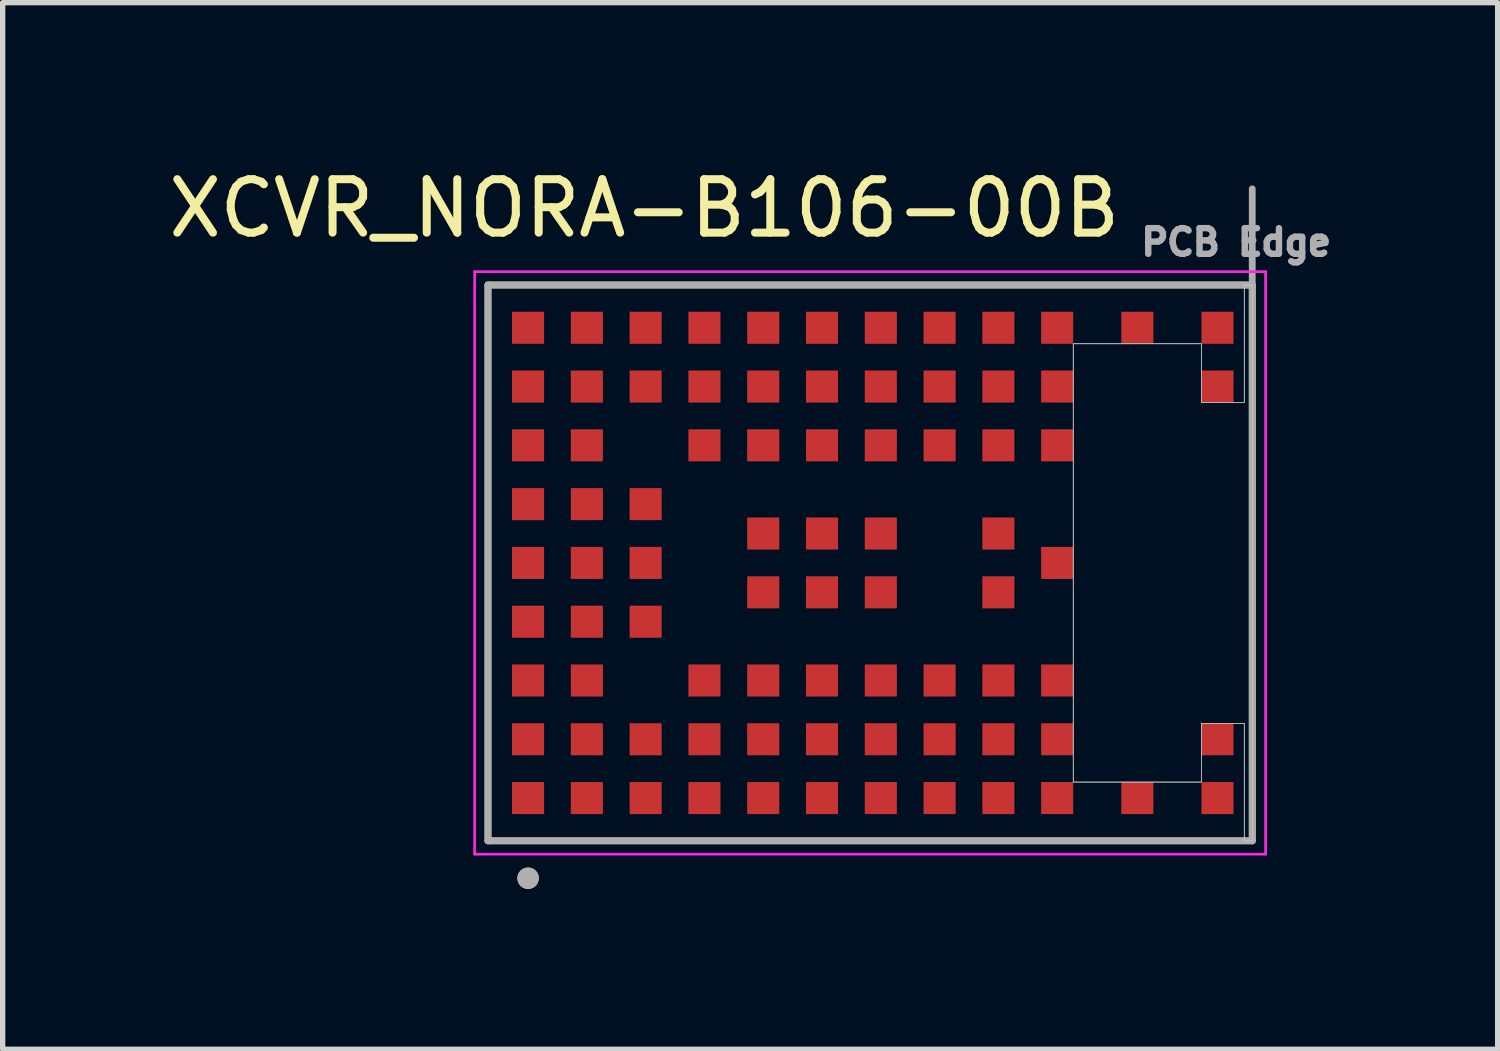
<source format=kicad_pcb>
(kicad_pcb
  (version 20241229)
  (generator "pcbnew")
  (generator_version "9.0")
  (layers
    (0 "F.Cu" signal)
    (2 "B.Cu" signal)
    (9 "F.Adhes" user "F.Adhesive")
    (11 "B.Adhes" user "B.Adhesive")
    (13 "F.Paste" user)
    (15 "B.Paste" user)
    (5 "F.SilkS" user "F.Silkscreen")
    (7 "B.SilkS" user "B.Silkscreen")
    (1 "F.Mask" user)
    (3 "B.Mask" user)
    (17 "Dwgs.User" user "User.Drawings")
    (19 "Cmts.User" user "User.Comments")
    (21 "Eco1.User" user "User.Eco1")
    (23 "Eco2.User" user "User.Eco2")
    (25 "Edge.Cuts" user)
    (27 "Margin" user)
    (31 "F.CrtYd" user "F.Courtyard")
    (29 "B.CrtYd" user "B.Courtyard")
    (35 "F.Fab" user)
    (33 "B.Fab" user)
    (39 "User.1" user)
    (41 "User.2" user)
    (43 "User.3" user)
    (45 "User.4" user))
  (footprint "XCVR_NORA-B106-00B"
    (layer "F.Cu")
    (at 12.331 7.483)
    (property "Reference" "XCVR_NORA-B106-00B" (at -3.325 -6.635 0) (layer "F.SilkS") (effects (font (size 1 1) (thickness 0.15))))
    (attr smd)
    (fp_line (start -6.25 -5.2) (end 8.05 -5.2) (stroke (width 0.127) (type solid)) (layer "F.SilkS"))
    (fp_line (start -6.25 5.2) (end -6.25 -5.2) (stroke (width 0.127) (type solid)) (layer "F.SilkS"))
    (fp_line (start 8.05 -5.2) (end 8.05 5.2) (stroke (width 0.127) (type solid)) (layer "F.SilkS"))
    (fp_line (start 8.05 5.2) (end -6.25 5.2) (stroke (width 0.127) (type solid)) (layer "F.SilkS"))
    (fp_circle (center -5.5 5.9) (end -5.4 5.9) (stroke (width 0.2) (type solid)) (fill no) (layer "F.SilkS"))
    (fp_poly (pts (xy 4.7 -4.1) (xy 4.7 4.1) (xy 7.1 4.1) (xy 7.1 3) (xy 7.9 3) (xy 7.9 5.2) (xy 8.05 5.2) (xy 8.05 -5.2) (xy 7.9 -5.2) (xy 7.9 -3) (xy 7.1 -3) (xy 7.1 -4.1)) (stroke (width 0.01) (type solid)) (fill no) (layer "Dwgs.User"))
    (fp_poly (pts (xy 4.7 -4.1) (xy 4.7 4.1) (xy 7.1 4.1) (xy 7.1 3) (xy 7.9 3) (xy 7.9 5.2) (xy 8.05 5.2) (xy 8.05 -5.2) (xy 7.9 -5.2) (xy 7.9 -3) (xy 7.1 -3) (xy 7.1 -4.1)) (stroke (width 0.01) (type solid)) (fill no) (layer "Dwgs.User"))
    (fp_poly (pts (xy 4.7 -4.1) (xy 4.7 4.1) (xy 7.1 4.1) (xy 7.1 3) (xy 7.9 3) (xy 7.9 5.2) (xy 8.05 5.2) (xy 8.05 -5.2) (xy 7.9 -5.2) (xy 7.9 -3) (xy 7.1 -3) (xy 7.1 -4.1)) (stroke (width 0.01) (type solid)) (fill no) (layer "Dwgs.User"))
    (fp_line (start -6.5 -5.45) (end -6.5 5.45) (stroke (width 0.05) (type solid)) (layer "F.CrtYd"))
    (fp_line (start -6.5 5.45) (end 8.3 5.45) (stroke (width 0.05) (type solid)) (layer "F.CrtYd"))
    (fp_line (start 8.3 -5.45) (end -6.5 -5.45) (stroke (width 0.05) (type solid)) (layer "F.CrtYd"))
    (fp_line (start 8.3 5.45) (end 8.3 -5.45) (stroke (width 0.05) (type solid)) (layer "F.CrtYd"))
    (fp_line (start -6.25 -5.2) (end 8.05 -5.2) (stroke (width 0.127) (type solid)) (layer "F.Fab"))
    (fp_line (start -6.25 5.2) (end -6.25 -5.2) (stroke (width 0.127) (type solid)) (layer "F.Fab"))
    (fp_line (start 8.05 -7) (end 8.05 -5.2) (stroke (width 0.127) (type solid)) (layer "F.Fab"))
    (fp_line (start 8.05 -5.2) (end 8.05 5.2) (stroke (width 0.127) (type solid)) (layer "F.Fab"))
    (fp_line (start 8.05 5.2) (end -6.25 5.2) (stroke (width 0.127) (type solid)) (layer "F.Fab"))
    (fp_circle (center -5.5 5.9) (end -5.4 5.9) (stroke (width 0.2) (type solid)) (fill no) (layer "F.Fab"))
    (fp_text user "PCB Edge" (at 7.75 -6 0) (layer "F.Fab") (effects (font (size 0.48 0.48) (thickness 0.15))))
    (pad "A1" smd rect (at -5.5 4.4) (size 0.6 0.6) (layers "F.Cu" "F.Mask" "F.Paste"))
    (pad "A2" smd rect (at -5.5 3.3) (size 0.6 0.6) (layers "F.Cu" "F.Mask" "F.Paste"))
    (pad "A3" smd rect (at -5.5 2.2) (size 0.6 0.6) (layers "F.Cu" "F.Mask" "F.Paste"))
    (pad "A4" smd rect (at -5.5 1.1) (size 0.6 0.6) (layers "F.Cu" "F.Mask" "F.Paste"))
    (pad "A5" smd rect (at -5.5 0) (size 0.6 0.6) (layers "F.Cu" "F.Mask" "F.Paste"))
    (pad "A6" smd rect (at -5.5 -1.1) (size 0.6 0.6) (layers "F.Cu" "F.Mask" "F.Paste"))
    (pad "A7" smd rect (at -5.5 -2.2) (size 0.6 0.6) (layers "F.Cu" "F.Mask" "F.Paste"))
    (pad "A8" smd rect (at -5.5 -3.3) (size 0.6 0.6) (layers "F.Cu" "F.Mask" "F.Paste"))
    (pad "A9" smd rect (at -5.5 -4.4) (size 0.6 0.6) (layers "F.Cu" "F.Mask" "F.Paste"))
    (pad "B1" smd rect (at -4.4 4.4) (size 0.6 0.6) (layers "F.Cu" "F.Mask" "F.Paste"))
    (pad "B2" smd rect (at -4.4 3.3) (size 0.6 0.6) (layers "F.Cu" "F.Mask" "F.Paste"))
    (pad "B3" smd rect (at -4.4 2.2) (size 0.6 0.6) (layers "F.Cu" "F.Mask" "F.Paste"))
    (pad "B4" smd rect (at -4.4 1.1) (size 0.6 0.6) (layers "F.Cu" "F.Mask" "F.Paste"))
    (pad "B5" smd rect (at -4.4 0) (size 0.6 0.6) (layers "F.Cu" "F.Mask" "F.Paste"))
    (pad "B6" smd rect (at -4.4 -1.1) (size 0.6 0.6) (layers "F.Cu" "F.Mask" "F.Paste"))
    (pad "B7" smd rect (at -4.4 -2.2) (size 0.6 0.6) (layers "F.Cu" "F.Mask" "F.Paste"))
    (pad "B8" smd rect (at -4.4 -3.3) (size 0.6 0.6) (layers "F.Cu" "F.Mask" "F.Paste"))
    (pad "B9" smd rect (at -4.4 -4.4) (size 0.6 0.6) (layers "F.Cu" "F.Mask" "F.Paste"))
    (pad "C1" smd rect (at -3.3 4.4) (size 0.6 0.6) (layers "F.Cu" "F.Mask" "F.Paste"))
    (pad "C2" smd rect (at -3.3 3.3) (size 0.6 0.6) (layers "F.Cu" "F.Mask" "F.Paste"))
    (pad "C4" smd rect (at -3.3 1.1) (size 0.6 0.6) (layers "F.Cu" "F.Mask" "F.Paste"))
    (pad "C5" smd rect (at -3.3 0) (size 0.6 0.6) (layers "F.Cu" "F.Mask" "F.Paste"))
    (pad "C6" smd rect (at -3.3 -1.1) (size 0.6 0.6) (layers "F.Cu" "F.Mask" "F.Paste"))
    (pad "C8" smd rect (at -3.3 -3.3) (size 0.6 0.6) (layers "F.Cu" "F.Mask" "F.Paste"))
    (pad "C9" smd rect (at -3.3 -4.4) (size 0.6 0.6) (layers "F.Cu" "F.Mask" "F.Paste"))
    (pad "D1" smd rect (at -2.2 4.4) (size 0.6 0.6) (layers "F.Cu" "F.Mask" "F.Paste"))
    (pad "D2" smd rect (at -2.2 3.3) (size 0.6 0.6) (layers "F.Cu" "F.Mask" "F.Paste"))
    (pad "D3" smd rect (at -2.2 2.2) (size 0.6 0.6) (layers "F.Cu" "F.Mask" "F.Paste"))
    (pad "D7" smd rect (at -2.2 -2.2) (size 0.6 0.6) (layers "F.Cu" "F.Mask" "F.Paste"))
    (pad "D8" smd rect (at -2.2 -3.3) (size 0.6 0.6) (layers "F.Cu" "F.Mask" "F.Paste"))
    (pad "D9" smd rect (at -2.2 -4.4) (size 0.6 0.6) (layers "F.Cu" "F.Mask" "F.Paste"))
    (pad "E1" smd rect (at -1.1 4.4) (size 0.6 0.6) (layers "F.Cu" "F.Mask" "F.Paste"))
    (pad "E2" smd rect (at -1.1 3.3) (size 0.6 0.6) (layers "F.Cu" "F.Mask" "F.Paste"))
    (pad "E3" smd rect (at -1.1 2.2) (size 0.6 0.6) (layers "F.Cu" "F.Mask" "F.Paste"))
    (pad "E4" smd rect (at -1.1 0.55) (size 0.6 0.6) (layers "F.Cu" "F.Mask" "F.Paste"))
    (pad "E5" smd rect (at -1.1 -0.55) (size 0.6 0.6) (layers "F.Cu" "F.Mask" "F.Paste"))
    (pad "E7" smd rect (at -1.1 -2.2) (size 0.6 0.6) (layers "F.Cu" "F.Mask" "F.Paste"))
    (pad "E8" smd rect (at -1.1 -3.3) (size 0.6 0.6) (layers "F.Cu" "F.Mask" "F.Paste"))
    (pad "E9" smd rect (at -1.1 -4.4) (size 0.6 0.6) (layers "F.Cu" "F.Mask" "F.Paste"))
    (pad "F1" smd rect (at 0 4.4) (size 0.6 0.6) (layers "F.Cu" "F.Mask" "F.Paste"))
    (pad "F2" smd rect (at 0 3.3) (size 0.6 0.6) (layers "F.Cu" "F.Mask" "F.Paste"))
    (pad "F3" smd rect (at 0 2.2) (size 0.6 0.6) (layers "F.Cu" "F.Mask" "F.Paste"))
    (pad "F4" smd rect (at 0 0.55) (size 0.6 0.6) (layers "F.Cu" "F.Mask" "F.Paste"))
    (pad "F5" smd rect (at 0 -0.55) (size 0.6 0.6) (layers "F.Cu" "F.Mask" "F.Paste"))
    (pad "F7" smd rect (at 0 -2.2) (size 0.6 0.6) (layers "F.Cu" "F.Mask" "F.Paste"))
    (pad "F8" smd rect (at 0 -3.3) (size 0.6 0.6) (layers "F.Cu" "F.Mask" "F.Paste"))
    (pad "F9" smd rect (at 0 -4.4) (size 0.6 0.6) (layers "F.Cu" "F.Mask" "F.Paste"))
    (pad "G1" smd rect (at 1.1 4.4) (size 0.6 0.6) (layers "F.Cu" "F.Mask" "F.Paste"))
    (pad "G2" smd rect (at 1.1 3.3) (size 0.6 0.6) (layers "F.Cu" "F.Mask" "F.Paste"))
    (pad "G3" smd rect (at 1.1 2.2) (size 0.6 0.6) (layers "F.Cu" "F.Mask" "F.Paste"))
    (pad "G4" smd rect (at 1.1 0.55) (size 0.6 0.6) (layers "F.Cu" "F.Mask" "F.Paste"))
    (pad "G5" smd rect (at 1.1 -0.55) (size 0.6 0.6) (layers "F.Cu" "F.Mask" "F.Paste"))
    (pad "G7" smd rect (at 1.1 -2.2) (size 0.6 0.6) (layers "F.Cu" "F.Mask" "F.Paste"))
    (pad "G8" smd rect (at 1.1 -3.3) (size 0.6 0.6) (layers "F.Cu" "F.Mask" "F.Paste"))
    (pad "G9" smd rect (at 1.1 -4.4) (size 0.6 0.6) (layers "F.Cu" "F.Mask" "F.Paste"))
    (pad "H1" smd rect (at 2.2 4.4) (size 0.6 0.6) (layers "F.Cu" "F.Mask" "F.Paste"))
    (pad "H2" smd rect (at 2.2 3.3) (size 0.6 0.6) (layers "F.Cu" "F.Mask" "F.Paste"))
    (pad "H3" smd rect (at 2.2 2.2) (size 0.6 0.6) (layers "F.Cu" "F.Mask" "F.Paste"))
    (pad "H7" smd rect (at 2.2 -2.2) (size 0.6 0.6) (layers "F.Cu" "F.Mask" "F.Paste"))
    (pad "H8" smd rect (at 2.2 -3.3) (size 0.6 0.6) (layers "F.Cu" "F.Mask" "F.Paste"))
    (pad "H9" smd rect (at 2.2 -4.4) (size 0.6 0.6) (layers "F.Cu" "F.Mask" "F.Paste"))
    (pad "J1" smd rect (at 3.3 4.4) (size 0.6 0.6) (layers "F.Cu" "F.Mask" "F.Paste"))
    (pad "J2" smd rect (at 3.3 3.3) (size 0.6 0.6) (layers "F.Cu" "F.Mask" "F.Paste"))
    (pad "J3" smd rect (at 3.3 2.2) (size 0.6 0.6) (layers "F.Cu" "F.Mask" "F.Paste"))
    (pad "J4" smd rect (at 3.3 0.55) (size 0.6 0.6) (layers "F.Cu" "F.Mask" "F.Paste"))
    (pad "J5" smd rect (at 3.3 -0.55) (size 0.6 0.6) (layers "F.Cu" "F.Mask" "F.Paste"))
    (pad "J7" smd rect (at 3.3 -2.2) (size 0.6 0.6) (layers "F.Cu" "F.Mask" "F.Paste"))
    (pad "J8" smd rect (at 3.3 -3.3) (size 0.6 0.6) (layers "F.Cu" "F.Mask" "F.Paste"))
    (pad "J9" smd rect (at 3.3 -4.4) (size 0.6 0.6) (layers "F.Cu" "F.Mask" "F.Paste"))
    (pad "K1" smd rect (at 4.4 4.4) (size 0.6 0.6) (layers "F.Cu" "F.Mask" "F.Paste"))
    (pad "K2" smd rect (at 4.4 3.3) (size 0.6 0.6) (layers "F.Cu" "F.Mask" "F.Paste"))
    (pad "K3" smd rect (at 4.4 2.2) (size 0.6 0.6) (layers "F.Cu" "F.Mask" "F.Paste"))
    (pad "K5" smd rect (at 4.4 0) (size 0.6 0.6) (layers "F.Cu" "F.Mask" "F.Paste"))
    (pad "K7" smd rect (at 4.4 -2.2) (size 0.6 0.6) (layers "F.Cu" "F.Mask" "F.Paste"))
    (pad "K8" smd rect (at 4.4 -3.3) (size 0.6 0.6) (layers "F.Cu" "F.Mask" "F.Paste"))
    (pad "K9" smd rect (at 4.4 -4.4) (size 0.6 0.6) (layers "F.Cu" "F.Mask" "F.Paste"))
    (pad "L1" smd rect (at 5.9 4.4) (size 0.6 0.6) (layers "F.Cu" "F.Mask" "F.Paste"))
    (pad "L9" smd rect (at 5.9 -4.4) (size 0.6 0.6) (layers "F.Cu" "F.Mask" "F.Paste"))
    (pad "M1" smd rect (at 7.4 4.4) (size 0.6 0.6) (layers "F.Cu" "F.Mask" "F.Paste"))
    (pad "M2" smd rect (at 7.4 3.3) (size 0.6 0.6) (layers "F.Cu" "F.Mask" "F.Paste"))
    (pad "M8" smd rect (at 7.4 -3.3) (size 0.6 0.6) (layers "F.Cu" "F.Mask" "F.Paste"))
    (pad "M9" smd rect (at 7.4 -4.4) (size 0.6 0.6) (layers "F.Cu" "F.Mask" "F.Paste")))
  (gr_rect
    (start -3 -3)
    (end 24.973 16.583)
    (stroke (width 0.1) (type default))
    (fill no)
    (layer "Edge.Cuts")))
</source>
